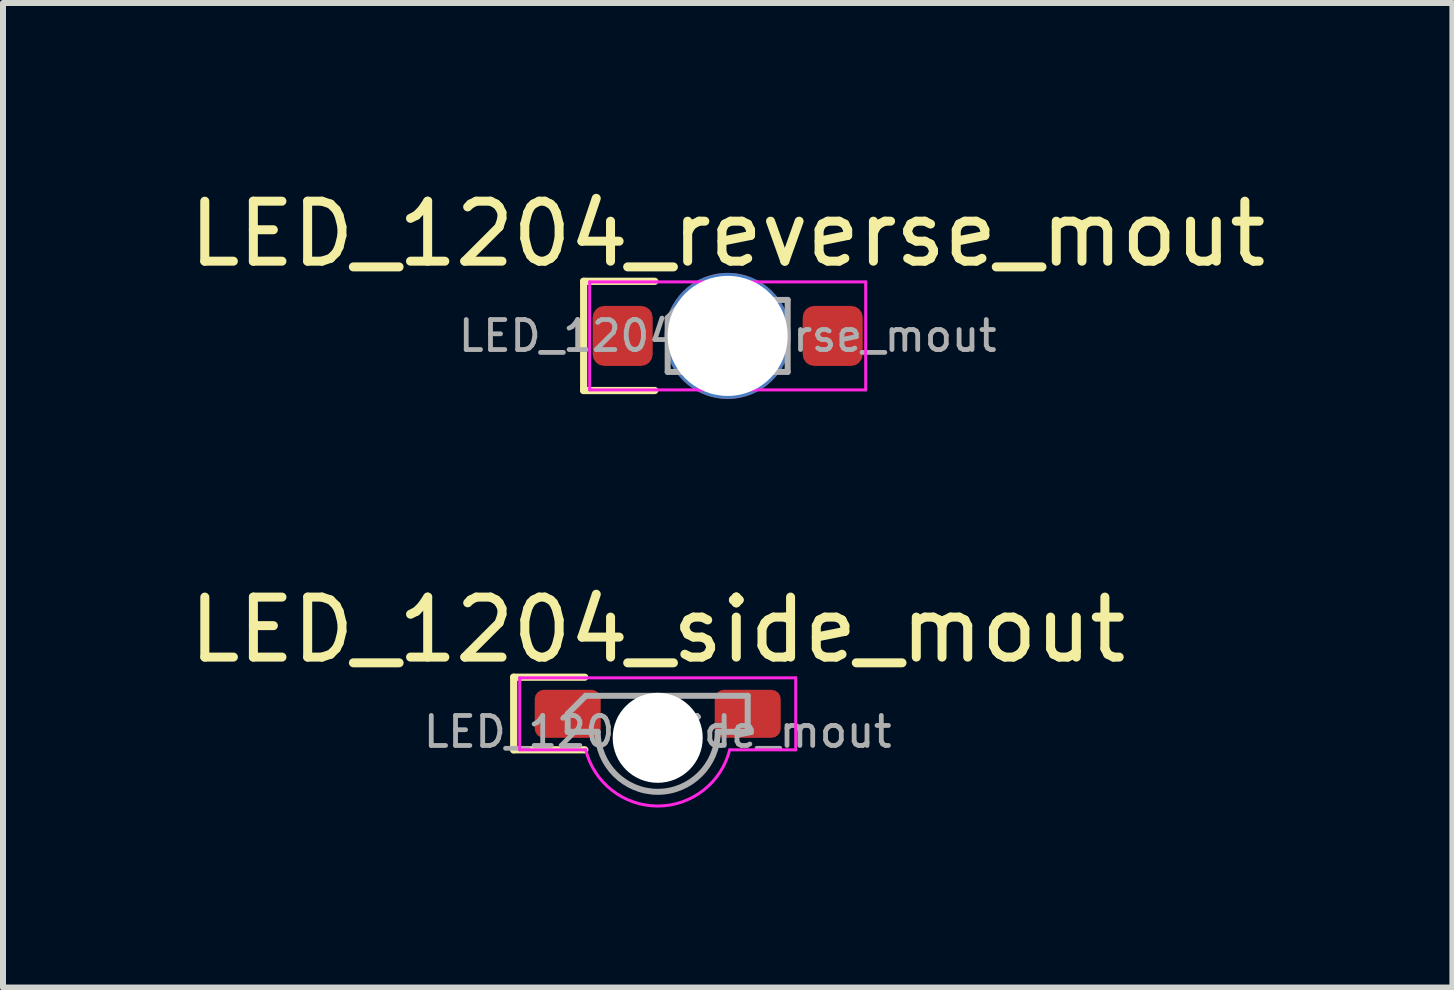
<source format=kicad_pcb>
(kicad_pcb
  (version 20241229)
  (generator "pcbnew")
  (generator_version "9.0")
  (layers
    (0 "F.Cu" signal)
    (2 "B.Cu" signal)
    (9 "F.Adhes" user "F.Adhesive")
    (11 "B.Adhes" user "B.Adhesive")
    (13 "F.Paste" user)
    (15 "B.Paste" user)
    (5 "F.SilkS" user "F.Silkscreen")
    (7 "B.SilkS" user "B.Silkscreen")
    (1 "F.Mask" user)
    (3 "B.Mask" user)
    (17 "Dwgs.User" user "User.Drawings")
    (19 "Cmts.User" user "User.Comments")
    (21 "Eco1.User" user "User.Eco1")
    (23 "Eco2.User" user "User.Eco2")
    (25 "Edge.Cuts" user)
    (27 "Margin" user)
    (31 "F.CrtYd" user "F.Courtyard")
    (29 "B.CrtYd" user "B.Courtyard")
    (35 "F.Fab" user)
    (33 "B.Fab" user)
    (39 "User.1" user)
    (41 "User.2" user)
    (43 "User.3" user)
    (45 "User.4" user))
  (footprint "LED_1204_side_mout"
    (layer "F.Cu")
    (at 7.911 9.146)
    (property "Reference" "LED_1204_side_mout" (at 0 -1.7 0) (layer "F.SilkS") (effects (font (size 1 1) (thickness 0.15))))
    (attr smd)
    (fp_line (start -2.4 -0.91) (end -2.4 0.3) (stroke (width 0.12) (type solid)) (layer "F.SilkS"))
    (fp_line (start -2.4 0.3) (end -1.215 0.3) (stroke (width 0.12) (type solid)) (layer "F.SilkS"))
    (fp_line (start -1.215 -0.91) (end -2.4 -0.91) (stroke (width 0.12) (type solid)) (layer "F.SilkS"))
    (fp_line (start -2.3 -0.9) (end 2.3 -0.9) (stroke (width 0.05) (type solid)) (layer "F.CrtYd"))
    (fp_line (start -2.3 0.3) (end -2.3 -0.9) (stroke (width 0.05) (type solid)) (layer "F.CrtYd"))
    (fp_line (start -2.3 0.3) (end -1.2 0.3) (stroke (width 0.05) (type solid)) (layer "F.CrtYd"))
    (fp_line (start 1.2 0.3) (end 2.3 0.3) (stroke (width 0.05) (type solid)) (layer "F.CrtYd"))
    (fp_line (start 2.3 -0.9) (end 2.3 0.3) (stroke (width 0.05) (type solid)) (layer "F.CrtYd"))
    (fp_arc (start 1.2 0.3) (mid 0 1.236932) (end -1.2 0.3) (stroke (width 0.05) (type solid)) (layer "F.CrtYd"))
    (fp_line (start -1.5 -0.3) (end -1.5 0) (stroke (width 0.1) (type solid)) (layer "F.Fab"))
    (fp_line (start -1.5 0) (end -1 0) (stroke (width 0.1) (type solid)) (layer "F.Fab"))
    (fp_line (start -1.2 -0.6) (end -1.5 -0.3) (stroke (width 0.1) (type solid)) (layer "F.Fab"))
    (fp_line (start 1 0) (end 1.5 0) (stroke (width 0.1) (type solid)) (layer "F.Fab"))
    (fp_line (start 1.5 -0.6) (end -1.2 -0.6) (stroke (width 0.1) (type solid)) (layer "F.Fab"))
    (fp_line (start 1.5 0) (end 1.5 -0.6) (stroke (width 0.1) (type solid)) (layer "F.Fab"))
    (fp_arc (start 1 0) (mid 0 1) (end -1 0) (stroke (width 0.1) (type solid)) (layer "F.Fab"))
    (fp_text user "${REFERENCE}" (at 0 0 0) (layer "F.Fab") (effects (font (size 0.5 0.5) (thickness 0.08))))
    (pad "" np_thru_hole circle (at 0 0.1) (size 1.5 1.5) (drill 1.5) (layers "*.Cu" "*.Mask"))
    (pad "1" smd roundrect (at -1.5 -0.3) (size 1.1 0.8) (layers "F.Cu" "F.Mask" "F.Paste") (roundrect_rratio 0.192))
    (pad "2" smd roundrect (at 1.5 -0.3) (size 1.1 0.8) (layers "F.Cu" "F.Mask" "F.Paste") (roundrect_rratio 0.192)))
  (footprint "LED_1204_reverse_mout"
    (layer "F.Cu")
    (at 9.077 2.548)
    (property "Reference" "LED_1204_reverse_mout" (at 0 -1.7 0) (layer "F.SilkS") (effects (font (size 1 1) (thickness 0.15))))
    (attr smd)
    (fp_line (start -2.4 -0.91) (end -2.4 0.91) (stroke (width 0.12) (type solid)) (layer "F.SilkS"))
    (fp_line (start -2.4 0.91) (end -1.215 0.91) (stroke (width 0.12) (type solid)) (layer "F.SilkS"))
    (fp_line (start -1.215 -0.91) (end -2.4 -0.91) (stroke (width 0.12) (type solid)) (layer "F.SilkS"))
    (fp_line (start -2.3 -0.9) (end 2.3 -0.9) (stroke (width 0.05) (type solid)) (layer "F.CrtYd"))
    (fp_line (start -2.3 0.9) (end -2.3 -0.9) (stroke (width 0.05) (type solid)) (layer "F.CrtYd"))
    (fp_line (start 2.3 -0.9) (end 2.3 0.9) (stroke (width 0.05) (type solid)) (layer "F.CrtYd"))
    (fp_line (start 2.3 0.9) (end -2.3 0.9) (stroke (width 0.05) (type solid)) (layer "F.CrtYd"))
    (fp_line (start -1 -0.3) (end -1 0.6) (stroke (width 0.1) (type solid)) (layer "F.Fab"))
    (fp_line (start -1 0.6) (end 1 0.6) (stroke (width 0.1) (type solid)) (layer "F.Fab"))
    (fp_line (start -0.7 -0.6) (end -1 -0.3) (stroke (width 0.1) (type solid)) (layer "F.Fab"))
    (fp_line (start 1 -0.6) (end -0.7 -0.6) (stroke (width 0.1) (type solid)) (layer "F.Fab"))
    (fp_line (start 1 0.6) (end 1 -0.6) (stroke (width 0.1) (type solid)) (layer "F.Fab"))
    (fp_text user "${REFERENCE}" (at 0 0 0) (layer "F.Fab") (effects (font (size 0.5 0.5) (thickness 0.08))))
    (pad "" np_thru_hole circle (at 0 0) (size 2.1 2.1) (drill 2) (layers "*.Cu" "*.Mask"))
    (pad "1" smd roundrect (at -1.75 0) (size 1 1) (layers "F.Cu" "F.Mask" "F.Paste") (roundrect_rratio 0.192))
    (pad "2" smd roundrect (at 1.75 0) (size 1 1) (layers "F.Cu" "F.Mask" "F.Paste") (roundrect_rratio 0.192)))
  (gr_rect
    (start -3 -3)
    (end 21.155 13.408)
    (stroke (width 0.1) (type default))
    (fill no)
    (layer "Edge.Cuts")))
</source>
